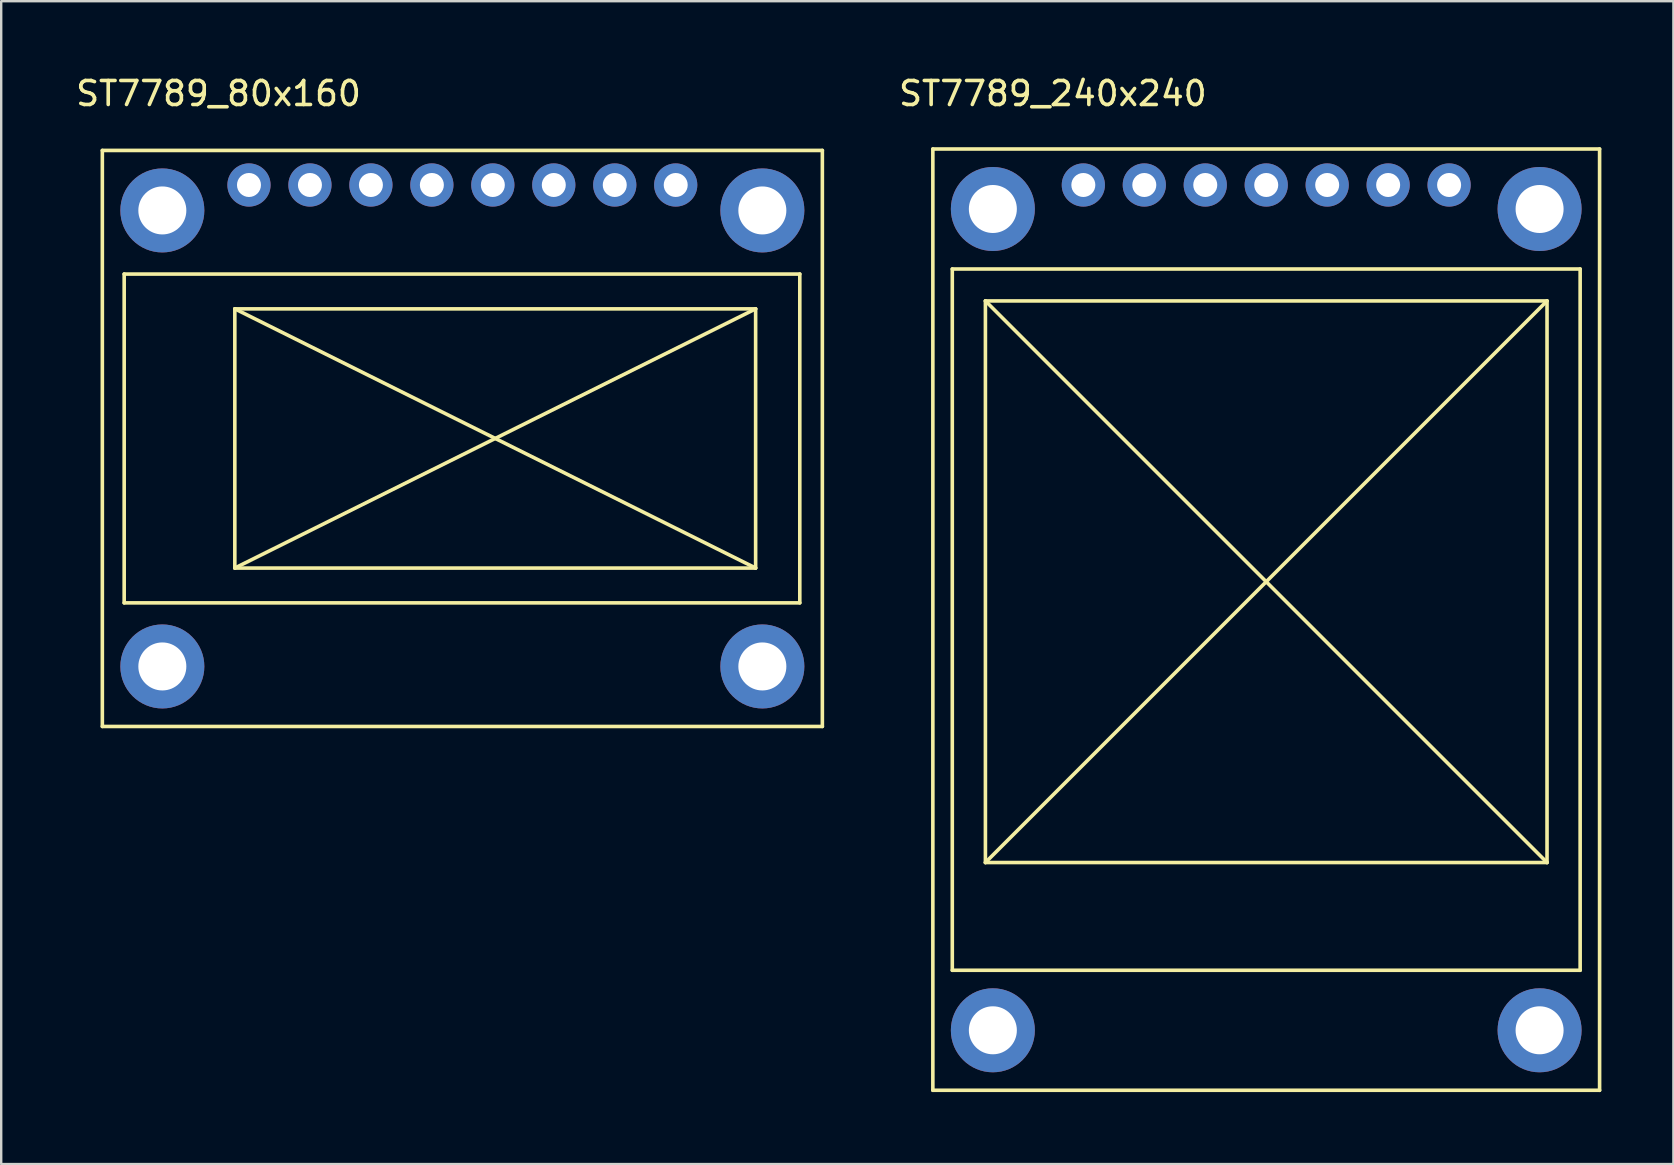
<source format=kicad_pcb>
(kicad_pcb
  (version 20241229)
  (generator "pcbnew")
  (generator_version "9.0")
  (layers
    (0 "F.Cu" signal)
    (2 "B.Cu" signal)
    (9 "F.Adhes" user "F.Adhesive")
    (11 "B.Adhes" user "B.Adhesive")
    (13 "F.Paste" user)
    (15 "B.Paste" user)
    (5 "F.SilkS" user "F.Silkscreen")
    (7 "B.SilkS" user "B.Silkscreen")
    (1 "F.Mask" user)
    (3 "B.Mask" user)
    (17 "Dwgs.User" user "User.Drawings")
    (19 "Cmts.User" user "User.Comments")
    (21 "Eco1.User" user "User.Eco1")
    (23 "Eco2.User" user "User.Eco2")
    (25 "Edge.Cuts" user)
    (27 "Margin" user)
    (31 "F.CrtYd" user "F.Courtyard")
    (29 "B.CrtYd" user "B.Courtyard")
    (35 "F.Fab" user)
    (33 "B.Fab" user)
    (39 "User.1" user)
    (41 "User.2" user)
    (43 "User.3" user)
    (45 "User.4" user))
  (footprint "ST7789_240x240"
    (layer "F.Cu")
    (at 42.088 4.658)
    (property "Reference" "ST7789_240x240" (at -1.27 -3.81 0) (layer "F.SilkS") (effects (font (size 1 1) (thickness 0.15))))
    (attr through_hole)
    (fp_line (start -6.27 -1.5) (end -6.27 37.72) (stroke (width 0.15) (type solid)) (layer "F.SilkS"))
    (fp_line (start -6.27 -1.5) (end 21.51 -1.5) (stroke (width 0.15) (type solid)) (layer "F.SilkS"))
    (fp_line (start -6.27 37.72) (end 21.51 37.72) (stroke (width 0.15) (type solid)) (layer "F.SilkS"))
    (fp_line (start -5.46 3.5) (end 20.7 3.5) (stroke (width 0.15) (type solid)) (layer "F.SilkS"))
    (fp_line (start -5.46 32.72) (end -5.46 3.5) (stroke (width 0.15) (type solid)) (layer "F.SilkS"))
    (fp_line (start -4.08 4.83) (end 19.32 4.83) (stroke (width 0.15) (type solid)) (layer "F.SilkS"))
    (fp_line (start -4.08 4.83) (end 19.32 28.23) (stroke (width 0.15) (type solid)) (layer "F.SilkS"))
    (fp_line (start -4.08 28.23) (end -4.08 4.83) (stroke (width 0.15) (type solid)) (layer "F.SilkS"))
    (fp_line (start 19.32 4.83) (end -4.08 28.23) (stroke (width 0.15) (type solid)) (layer "F.SilkS"))
    (fp_line (start 19.32 4.83) (end 19.32 28.23) (stroke (width 0.15) (type solid)) (layer "F.SilkS"))
    (fp_line (start 19.32 28.23) (end -4.08 28.23) (stroke (width 0.15) (type solid)) (layer "F.SilkS"))
    (fp_line (start 20.7 3.5) (end 20.7 32.72) (stroke (width 0.15) (type solid)) (layer "F.SilkS"))
    (fp_line (start 20.7 32.72) (end -5.46 32.72) (stroke (width 0.15) (type solid)) (layer "F.SilkS"))
    (fp_line (start 21.51 37.72) (end 21.51 -1.5) (stroke (width 0.15) (type solid)) (layer "F.SilkS"))
    (pad "" thru_hole circle (at -3.77 1) (size 3.5 3.5) (drill 2) (layers "*.Cu" "*.Mask"))
    (pad "" thru_hole circle (at -3.77 35.22) (size 3.5 3.5) (drill 2) (layers "*.Cu" "*.Mask"))
    (pad "" thru_hole circle (at 19.01 1) (size 3.5 3.5) (drill 2) (layers "*.Cu" "*.Mask"))
    (pad "" thru_hole circle (at 19.01 35.22) (size 3.5 3.5) (drill 2) (layers "*.Cu" "*.Mask"))
    (pad "BLK" thru_hole circle (at 15.24 0) (size 1.8 1.8) (drill 1) (layers "*.Cu" "*.Mask"))
    (pad "DC" thru_hole circle (at 12.7 0) (size 1.8 1.8) (drill 1) (layers "*.Cu" "*.Mask"))
    (pad "GND" thru_hole circle (at 0 0) (size 1.8 1.8) (drill 1) (layers "*.Cu" "*.Mask"))
    (pad "RES" thru_hole circle (at 10.16 0) (size 1.8 1.8) (drill 1) (layers "*.Cu" "*.Mask"))
    (pad "SCL" thru_hole circle (at 5.08 0) (size 1.8 1.8) (drill 1) (layers "*.Cu" "*.Mask"))
    (pad "SDA" thru_hole circle (at 7.62 0) (size 1.8 1.8) (drill 1) (layers "*.Cu" "*.Mask"))
    (pad "VCC" thru_hole circle (at 2.54 0) (size 1.8 1.8) (drill 1) (layers "*.Cu" "*.Mask")))
  (footprint "ST7789_80x160"
    (layer "F.Cu")
    (at 7.324 4.658)
    (property "Reference" "ST7789_80x160" (at -1.27 -3.81 0) (layer "F.SilkS") (effects (font (size 1 1) (thickness 0.15))))
    (attr through_hole)
    (fp_line (start -6.11 -1.44) (end -6.11 22.56) (stroke (width 0.15) (type solid)) (layer "F.SilkS"))
    (fp_line (start -6.11 -1.44) (end 23.89 -1.44) (stroke (width 0.15) (type solid)) (layer "F.SilkS"))
    (fp_line (start -6.11 22.56) (end 23.89 22.56) (stroke (width 0.15) (type solid)) (layer "F.SilkS"))
    (fp_line (start -5.2 3.71) (end 22.95 3.71) (stroke (width 0.15) (type solid)) (layer "F.SilkS"))
    (fp_line (start -5.2 17.41) (end -5.2 3.71) (stroke (width 0.15) (type solid)) (layer "F.SilkS"))
    (fp_line (start -0.59 5.16) (end 21.11 5.16) (stroke (width 0.15) (type solid)) (layer "F.SilkS"))
    (fp_line (start -0.59 5.16) (end 21.11 15.96) (stroke (width 0.15) (type solid)) (layer "F.SilkS"))
    (fp_line (start -0.59 15.96) (end -0.59 5.16) (stroke (width 0.15) (type solid)) (layer "F.SilkS"))
    (fp_line (start 21.11 5.16) (end -0.59 15.96) (stroke (width 0.15) (type solid)) (layer "F.SilkS"))
    (fp_line (start 21.11 5.16) (end 21.11 15.96) (stroke (width 0.15) (type solid)) (layer "F.SilkS"))
    (fp_line (start 21.11 15.96) (end -0.59 15.96) (stroke (width 0.15) (type solid)) (layer "F.SilkS"))
    (fp_line (start 22.95 3.71) (end 22.95 17.41) (stroke (width 0.15) (type solid)) (layer "F.SilkS"))
    (fp_line (start 22.95 17.41) (end -5.2 17.41) (stroke (width 0.15) (type solid)) (layer "F.SilkS"))
    (fp_line (start 23.89 -1.44) (end 23.89 22.56) (stroke (width 0.15) (type solid)) (layer "F.SilkS"))
    (pad "" thru_hole circle (at -3.61 1.06) (size 3.5 3.5) (drill 2) (layers "*.Cu" "*.Mask"))
    (pad "" thru_hole circle (at -3.61 20.06) (size 3.5 3.5) (drill 2) (layers "*.Cu" "*.Mask"))
    (pad "" thru_hole circle (at 21.39 1.06) (size 3.5 3.5) (drill 2) (layers "*.Cu" "*.Mask"))
    (pad "" thru_hole circle (at 21.39 20.06) (size 3.5 3.5) (drill 2) (layers "*.Cu" "*.Mask"))
    (pad "BLK" thru_hole circle (at 17.78 0) (size 1.8 1.8) (drill 1) (layers "*.Cu" "*.Mask"))
    (pad "CS" thru_hole circle (at 15.24 0) (size 1.8 1.8) (drill 1) (layers "*.Cu" "*.Mask"))
    (pad "DC" thru_hole circle (at 12.7 0) (size 1.8 1.8) (drill 1) (layers "*.Cu" "*.Mask"))
    (pad "GND" thru_hole circle (at 0 0) (size 1.8 1.8) (drill 1) (layers "*.Cu" "*.Mask"))
    (pad "RES" thru_hole circle (at 10.16 0) (size 1.8 1.8) (drill 1) (layers "*.Cu" "*.Mask"))
    (pad "SCL" thru_hole circle (at 5.08 0) (size 1.8 1.8) (drill 1) (layers "*.Cu" "*.Mask"))
    (pad "SDA" thru_hole circle (at 7.62 0) (size 1.8 1.8) (drill 1) (layers "*.Cu" "*.Mask"))
    (pad "VCC" thru_hole circle (at 2.54 0) (size 1.8 1.8) (drill 1) (layers "*.Cu" "*.Mask")))
  (gr_rect
    (start -3 -3)
    (end 66.673 45.453)
    (stroke (width 0.1) (type default))
    (fill no)
    (layer "Edge.Cuts")))
</source>
